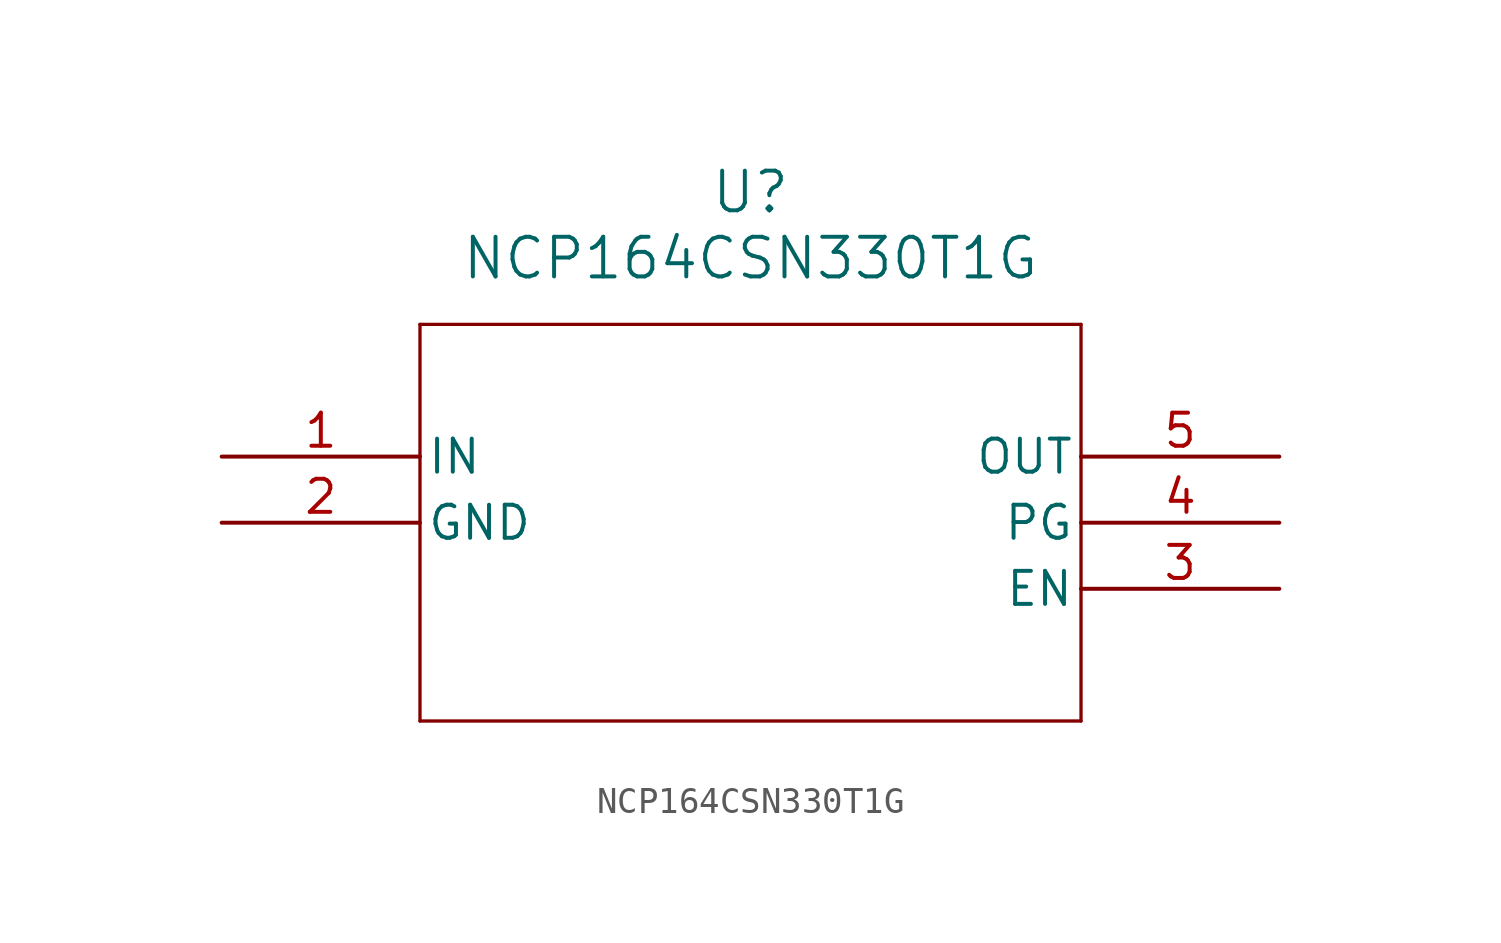
<source format=kicad_sym>
(kicad_symbol_lib
  (version 20220914)
  (generator kicad_symbol_editor)
  (symbol "NCP164CSN330T1G"
    (pin_names
      (offset 0.254))
    (property "Reference" "U"
      (at 20.32 10.16 0)
      (effects (font (size 1.524 1.524))))
    (property "Value" "NCP164CSN330T1G"
      (at 20.32 7.62 0)
      (effects (font (size 1.524 1.524))))
    (property "ki_locked" ""
      (at 0 0 0)
      (effects (font (size 1.27 1.27))))
    (symbol "NCP164CSN330T1G_0_1"
      (polyline (pts (xy 7.62 -10.16) (xy 33.02 -10.16)) (stroke (width 0.127) (type default)) (fill (type none)))
      (polyline (pts (xy 7.62 5.08) (xy 7.62 -10.16)) (stroke (width 0.127) (type default)) (fill (type none)))
      (polyline (pts (xy 33.02 -10.16) (xy 33.02 5.08)) (stroke (width 0.127) (type default)) (fill (type none)))
      (polyline (pts (xy 33.02 5.08) (xy 7.62 5.08)) (stroke (width 0.127) (type default)) (fill (type none)))
      (pin power_in line (at 0 0 0) (length 7.62) (name "IN" (effects (font (size 1.27 1.27)))) (number "1" (effects (font (size 1.27 1.27)))))
      (pin unspecified line (at 40.64 -5.08 180) (length 7.62) (name "EN" (effects (font (size 1.27 1.27)))) (number "3" (effects (font (size 1.27 1.27)))))
      (pin unspecified line (at 40.64 -2.54 180) (length 7.62) (name "PG" (effects (font (size 1.27 1.27)))) (number "4" (effects (font (size 1.27 1.27))))))
    (symbol "NCP164CSN330T1G_1_1"
      (pin power_in line (at 0 -2.54 0) (length 7.62) (name "GND" (effects (font (size 1.27 1.27)))) (number "2" (effects (font (size 1.27 1.27)))))
      (pin power_out line (at 40.64 0 180) (length 7.62) (name "OUT" (effects (font (size 1.27 1.27)))) (number "5" (effects (font (size 1.27 1.27))))))))
</source>
